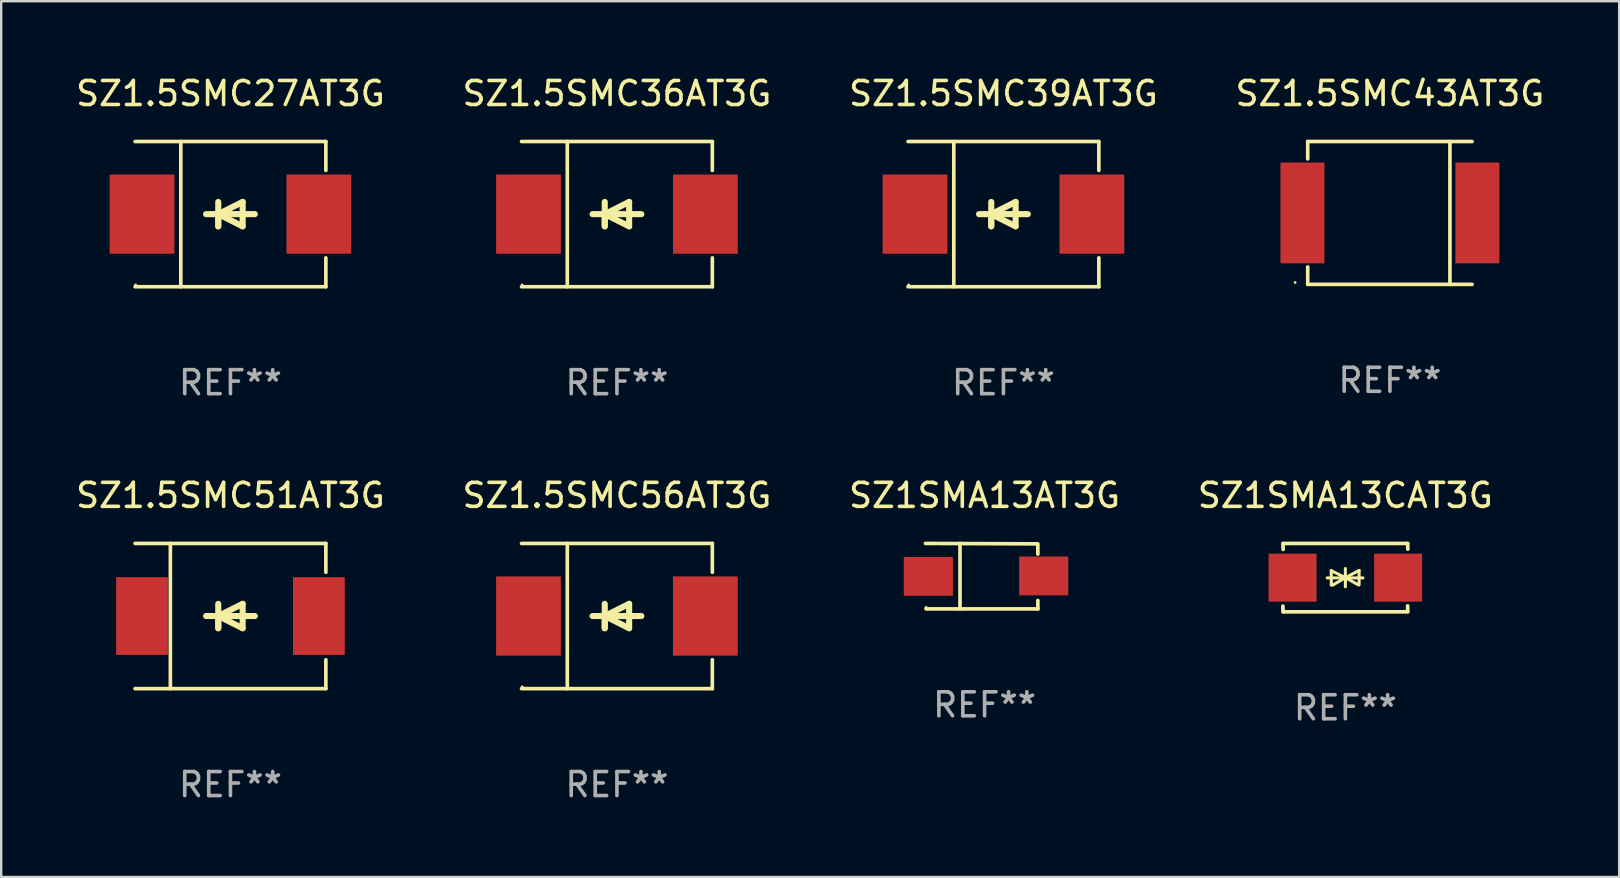
<source format=kicad_pcb>
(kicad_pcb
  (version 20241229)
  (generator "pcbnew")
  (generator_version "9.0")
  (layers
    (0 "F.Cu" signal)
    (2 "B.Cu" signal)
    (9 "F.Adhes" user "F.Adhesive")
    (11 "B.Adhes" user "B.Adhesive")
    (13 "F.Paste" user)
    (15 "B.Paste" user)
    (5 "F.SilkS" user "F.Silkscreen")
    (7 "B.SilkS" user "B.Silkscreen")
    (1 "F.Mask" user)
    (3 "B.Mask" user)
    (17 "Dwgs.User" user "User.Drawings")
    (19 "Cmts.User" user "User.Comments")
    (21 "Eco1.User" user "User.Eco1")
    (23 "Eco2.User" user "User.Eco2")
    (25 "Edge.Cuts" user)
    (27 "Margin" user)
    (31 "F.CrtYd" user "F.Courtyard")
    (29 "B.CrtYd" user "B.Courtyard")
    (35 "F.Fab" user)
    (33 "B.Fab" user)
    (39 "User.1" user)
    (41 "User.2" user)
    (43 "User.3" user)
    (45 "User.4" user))
  (footprint "SZ1.5SMC51AT3G"
    (layer "F.Cu")
    (at 6.554 22.623)
    (property "Reference" "SZ1.5SMC51AT3G" (at 0 -5.026 0) (layer "F.SilkS") (effects (font (size 1 1) (thickness 0.15))))
    (attr through_hole)
    (fp_line (start -3.976 -3.026) (end 3.976 -3.026) (stroke (width 0.152) (type solid)) (layer "F.SilkS"))
    (fp_line (start -3.976 3.026) (end 3.976 3.026) (stroke (width 0.152) (type solid)) (layer "F.SilkS"))
    (fp_line (start -2.504 -3.026) (end -2.504 3.026) (stroke (width 0.152) (type solid)) (layer "F.SilkS"))
    (fp_line (start -0.508 0) (end -0.508 0.508) (stroke (width 0.254) (type solid)) (layer "F.SilkS"))
    (fp_line (start -0.508 0) (end 0.508 0.508) (stroke (width 0.254) (type solid)) (layer "F.SilkS"))
    (fp_line (start -0.508 0.508) (end -0.508 -0.508) (stroke (width 0.254) (type solid)) (layer "F.SilkS"))
    (fp_line (start 0.508 -0.508) (end -0.508 0) (stroke (width 0.254) (type solid)) (layer "F.SilkS"))
    (fp_line (start 0.508 0.508) (end 0.508 -0.508) (stroke (width 0.254) (type solid)) (layer "F.SilkS"))
    (fp_line (start 1.016 0) (end -1.016 0) (stroke (width 0.254) (type solid)) (layer "F.SilkS"))
    (fp_line (start 3.976 -3.026) (end 3.976 -1.823) (stroke (width 0.152) (type solid)) (layer "F.SilkS"))
    (fp_line (start 3.976 3.026) (end 3.976 1.823) (stroke (width 0.152) (type solid)) (layer "F.SilkS"))
    (fp_circle (center 3.95 -2.95) (end 3.98 -2.95) (stroke (width 0.06) (type solid)) (fill no) (layer "F.SilkS"))
    (fp_text user "REF**" (at 0 7.026 0) (layer "F.Fab") (effects (font (size 1 1) (thickness 0.15))))
    (pad "1" smd rect (at 3.686 0 180) (size 2.158 3.24) (layers "F.Cu" "F.Mask" "F.Paste"))
    (pad "2" smd rect (at -3.686 0 180) (size 2.158 3.24) (layers "F.Cu" "F.Mask" "F.Paste")))
  (footprint "SZ1.5SMC27AT3G"
    (layer "F.Cu")
    (at 6.554 5.874)
    (property "Reference" "SZ1.5SMC27AT3G" (at 0 -5.026 0) (layer "F.SilkS") (effects (font (size 1 1) (thickness 0.15))))
    (attr through_hole)
    (fp_line (start -3.976 -3.026) (end 3.976 -3.026) (stroke (width 0.152) (type solid)) (layer "F.SilkS"))
    (fp_line (start -3.976 3.026) (end 3.976 3.026) (stroke (width 0.152) (type solid)) (layer "F.SilkS"))
    (fp_line (start -2.069 -3.026) (end -2.069 3.026) (stroke (width 0.152) (type solid)) (layer "F.SilkS"))
    (fp_line (start -0.508 0) (end -0.508 0.508) (stroke (width 0.254) (type solid)) (layer "F.SilkS"))
    (fp_line (start -0.508 0) (end 0.508 0.508) (stroke (width 0.254) (type solid)) (layer "F.SilkS"))
    (fp_line (start -0.508 0.508) (end -0.508 -0.508) (stroke (width 0.254) (type solid)) (layer "F.SilkS"))
    (fp_line (start 0.508 -0.508) (end -0.508 0) (stroke (width 0.254) (type solid)) (layer "F.SilkS"))
    (fp_line (start 0.508 0.508) (end 0.508 -0.508) (stroke (width 0.254) (type solid)) (layer "F.SilkS"))
    (fp_line (start 1.016 0) (end -1.016 0) (stroke (width 0.254) (type solid)) (layer "F.SilkS"))
    (fp_line (start 3.976 -3.026) (end 3.976 -1.823) (stroke (width 0.152) (type solid)) (layer "F.SilkS"))
    (fp_line (start 3.976 3.026) (end 3.976 1.823) (stroke (width 0.152) (type solid)) (layer "F.SilkS"))
    (fp_circle (center -3.95 2.95) (end -3.92 2.95) (stroke (width 0.06) (type solid)) (fill no) (layer "F.SilkS"))
    (fp_text user "REF**" (at 0 7.026 0) (layer "F.Fab") (effects (font (size 1 1) (thickness 0.15))))
    (pad "1" smd rect (at -3.686 0) (size 2.7 3.3) (layers "F.Cu" "F.Mask" "F.Paste"))
    (pad "2" smd rect (at 3.686 0) (size 2.7 3.3) (layers "F.Cu" "F.Mask" "F.Paste")))
  (footprint "SZ1.5SMC36AT3G"
    (layer "F.Cu")
    (at 22.661 5.874)
    (property "Reference" "SZ1.5SMC36AT3G" (at 0 -5.026 0) (layer "F.SilkS") (effects (font (size 1 1) (thickness 0.15))))
    (attr through_hole)
    (fp_line (start -3.976 -3.026) (end 3.976 -3.026) (stroke (width 0.152) (type solid)) (layer "F.SilkS"))
    (fp_line (start -3.976 3.026) (end 3.976 3.026) (stroke (width 0.152) (type solid)) (layer "F.SilkS"))
    (fp_line (start -2.069 -3.026) (end -2.069 3.026) (stroke (width 0.152) (type solid)) (layer "F.SilkS"))
    (fp_line (start -0.508 0) (end -0.508 0.508) (stroke (width 0.254) (type solid)) (layer "F.SilkS"))
    (fp_line (start -0.508 0) (end 0.508 0.508) (stroke (width 0.254) (type solid)) (layer "F.SilkS"))
    (fp_line (start -0.508 0.508) (end -0.508 -0.508) (stroke (width 0.254) (type solid)) (layer "F.SilkS"))
    (fp_line (start 0.508 -0.508) (end -0.508 0) (stroke (width 0.254) (type solid)) (layer "F.SilkS"))
    (fp_line (start 0.508 0.508) (end 0.508 -0.508) (stroke (width 0.254) (type solid)) (layer "F.SilkS"))
    (fp_line (start 1.016 0) (end -1.016 0) (stroke (width 0.254) (type solid)) (layer "F.SilkS"))
    (fp_line (start 3.976 -3.026) (end 3.976 -1.823) (stroke (width 0.152) (type solid)) (layer "F.SilkS"))
    (fp_line (start 3.976 3.026) (end 3.976 1.823) (stroke (width 0.152) (type solid)) (layer "F.SilkS"))
    (fp_circle (center -3.95 2.95) (end -3.92 2.95) (stroke (width 0.06) (type solid)) (fill no) (layer "F.SilkS"))
    (fp_text user "REF**" (at 0 7.026 0) (layer "F.Fab") (effects (font (size 1 1) (thickness 0.15))))
    (pad "1" smd rect (at -3.686 0) (size 2.7 3.3) (layers "F.Cu" "F.Mask" "F.Paste"))
    (pad "2" smd rect (at 3.686 0) (size 2.7 3.3) (layers "F.Cu" "F.Mask" "F.Paste")))
  (footprint "SZ1SMA13CAT3G"
    (layer "F.Cu")
    (at 53.018 21.023)
    (property "Reference" "SZ1SMA13CAT3G" (at 0 -3.426 0) (layer "F.SilkS") (effects (font (size 1 1) (thickness 0.15))))
    (attr through_hole)
    (fp_line (start -2.596 -1.426) (end 2.596 -1.426) (stroke (width 0.152) (type solid)) (layer "F.SilkS"))
    (fp_line (start -2.596 1.426) (end -2.603 1.187) (stroke (width 0.152) (type solid)) (layer "F.SilkS"))
    (fp_line (start -2.596 1.426) (end 2.596 1.426) (stroke (width 0.152) (type solid)) (layer "F.SilkS"))
    (fp_line (start -2.593 -1.176) (end -2.6 -1.415) (stroke (width 0.152) (type solid)) (layer "F.SilkS"))
    (fp_line (start -0.758 0.011) (end 0.732 0.011) (stroke (width 0.127) (type solid)) (layer "F.SilkS"))
    (fp_line (start -0.588 -0.289) (end -0.588 0.311) (stroke (width 0.127) (type solid)) (layer "F.SilkS"))
    (fp_line (start -0.588 -0.289) (end 0 0) (stroke (width 0.127) (type solid)) (layer "F.SilkS"))
    (fp_line (start -0.528 0.311) (end 0 0) (stroke (width 0.127) (type solid)) (layer "F.SilkS"))
    (fp_line (start 0 0) (end 0 -0.381) (stroke (width 0.127) (type solid)) (layer "F.SilkS"))
    (fp_line (start 0 0) (end 0 0.381) (stroke (width 0.127) (type solid)) (layer "F.SilkS"))
    (fp_line (start 0.542 0.301) (end 0 0) (stroke (width 0.127) (type solid)) (layer "F.SilkS"))
    (fp_line (start 0.572 -0.299) (end 0 0) (stroke (width 0.127) (type solid)) (layer "F.SilkS"))
    (fp_line (start 0.572 -0.299) (end 0.572 0.301) (stroke (width 0.127) (type solid)) (layer "F.SilkS"))
    (fp_line (start 2.593 1.176) (end 2.6 1.415) (stroke (width 0.152) (type solid)) (layer "F.SilkS"))
    (fp_line (start 2.596 -1.426) (end 2.603 -1.187) (stroke (width 0.152) (type solid)) (layer "F.SilkS"))
    (fp_circle (center -2.605 1.3) (end -2.575 1.3) (stroke (width 0.06) (type solid)) (fill no) (layer "F.SilkS"))
    (fp_text user "REF**" (at 0 5.426 0) (layer "F.Fab") (effects (font (size 1 1) (thickness 0.15))))
    (pad "1" smd rect (at -2.2 0 180) (size 2 2) (layers "F.Cu" "F.Mask" "F.Paste"))
    (pad "2" smd rect (at 2.2 0 180) (size 2 2) (layers "F.Cu" "F.Mask" "F.Paste")))
  (footprint "SZ1SMA13AT3G"
    (layer "F.Cu")
    (at 37.982 20.961)
    (property "Reference" "SZ1SMA13AT3G" (at 0 -3.364 0) (layer "F.SilkS") (effects (font (size 1 1) (thickness 0.15))))
    (attr through_hole)
    (fp_line (start -2.465 -1.364) (end 2.22 -1.346) (stroke (width 0.152) (type solid)) (layer "F.SilkS"))
    (fp_line (start -2.442 1.364) (end 2.226 1.364) (stroke (width 0.152) (type solid)) (layer "F.SilkS"))
    (fp_line (start -1.024 -1.364) (end -1.024 1.364) (stroke (width 0.152) (type solid)) (layer "F.SilkS"))
    (fp_line (start 2.22 -1.27) (end 2.22 -0.919) (stroke (width 0.152) (type solid)) (layer "F.SilkS"))
    (fp_line (start 2.22 1.364) (end 2.22 1.013) (stroke (width 0.152) (type solid)) (layer "F.SilkS"))
    (fp_circle (center -2.439 1.3) (end -2.409 1.3) (stroke (width 0.06) (type solid)) (fill no) (layer "F.SilkS"))
    (fp_text user "REF**" (at 0 5.364 0) (layer "F.Fab") (effects (font (size 1 1) (thickness 0.15))))
    (pad "1" smd rect (at -2.343 0.009) (size 2.046 1.62) (layers "F.Cu" "F.Mask" "F.Paste"))
    (pad "2" smd rect (at 2.465 -0.009 180) (size 2.046 1.62) (layers "F.Cu" "F.Mask" "F.Paste")))
  (footprint "SZ1.5SMC39AT3G"
    (layer "F.Cu")
    (at 38.768 5.874)
    (property "Reference" "SZ1.5SMC39AT3G" (at 0 -5.026 0) (layer "F.SilkS") (effects (font (size 1 1) (thickness 0.15))))
    (attr through_hole)
    (fp_line (start -3.976 -3.026) (end 3.976 -3.026) (stroke (width 0.152) (type solid)) (layer "F.SilkS"))
    (fp_line (start -3.976 3.026) (end 3.976 3.026) (stroke (width 0.152) (type solid)) (layer "F.SilkS"))
    (fp_line (start -2.069 -3.026) (end -2.069 3.026) (stroke (width 0.152) (type solid)) (layer "F.SilkS"))
    (fp_line (start -0.508 0) (end -0.508 0.508) (stroke (width 0.254) (type solid)) (layer "F.SilkS"))
    (fp_line (start -0.508 0) (end 0.508 0.508) (stroke (width 0.254) (type solid)) (layer "F.SilkS"))
    (fp_line (start -0.508 0.508) (end -0.508 -0.508) (stroke (width 0.254) (type solid)) (layer "F.SilkS"))
    (fp_line (start 0.508 -0.508) (end -0.508 0) (stroke (width 0.254) (type solid)) (layer "F.SilkS"))
    (fp_line (start 0.508 0.508) (end 0.508 -0.508) (stroke (width 0.254) (type solid)) (layer "F.SilkS"))
    (fp_line (start 1.016 0) (end -1.016 0) (stroke (width 0.254) (type solid)) (layer "F.SilkS"))
    (fp_line (start 3.976 -3.026) (end 3.976 -1.823) (stroke (width 0.152) (type solid)) (layer "F.SilkS"))
    (fp_line (start 3.976 3.026) (end 3.976 1.823) (stroke (width 0.152) (type solid)) (layer "F.SilkS"))
    (fp_circle (center -3.95 2.95) (end -3.92 2.95) (stroke (width 0.06) (type solid)) (fill no) (layer "F.SilkS"))
    (fp_text user "REF**" (at 0 7.026 0) (layer "F.Fab") (effects (font (size 1 1) (thickness 0.15))))
    (pad "1" smd rect (at -3.686 0) (size 2.7 3.3) (layers "F.Cu" "F.Mask" "F.Paste"))
    (pad "2" smd rect (at 3.686 0) (size 2.7 3.3) (layers "F.Cu" "F.Mask" "F.Paste")))
  (footprint "SZ1.5SMC56AT3G"
    (layer "F.Cu")
    (at 22.661 22.623)
    (property "Reference" "SZ1.5SMC56AT3G" (at 0 -5.026 0) (layer "F.SilkS") (effects (font (size 1 1) (thickness 0.15))))
    (attr through_hole)
    (fp_line (start -3.976 -3.026) (end 3.976 -3.026) (stroke (width 0.152) (type solid)) (layer "F.SilkS"))
    (fp_line (start -3.976 3.026) (end 3.976 3.026) (stroke (width 0.152) (type solid)) (layer "F.SilkS"))
    (fp_line (start -2.069 -3.026) (end -2.069 3.026) (stroke (width 0.152) (type solid)) (layer "F.SilkS"))
    (fp_line (start -0.508 0) (end -0.508 0.508) (stroke (width 0.254) (type solid)) (layer "F.SilkS"))
    (fp_line (start -0.508 0) (end 0.508 0.508) (stroke (width 0.254) (type solid)) (layer "F.SilkS"))
    (fp_line (start -0.508 0.508) (end -0.508 -0.508) (stroke (width 0.254) (type solid)) (layer "F.SilkS"))
    (fp_line (start 0.508 -0.508) (end -0.508 0) (stroke (width 0.254) (type solid)) (layer "F.SilkS"))
    (fp_line (start 0.508 0.508) (end 0.508 -0.508) (stroke (width 0.254) (type solid)) (layer "F.SilkS"))
    (fp_line (start 1.016 0) (end -1.016 0) (stroke (width 0.254) (type solid)) (layer "F.SilkS"))
    (fp_line (start 3.976 -3.026) (end 3.976 -1.823) (stroke (width 0.152) (type solid)) (layer "F.SilkS"))
    (fp_line (start 3.976 3.026) (end 3.976 1.823) (stroke (width 0.152) (type solid)) (layer "F.SilkS"))
    (fp_circle (center -3.95 2.95) (end -3.92 2.95) (stroke (width 0.06) (type solid)) (fill no) (layer "F.SilkS"))
    (fp_text user "REF**" (at 0 7.026 0) (layer "F.Fab") (effects (font (size 1 1) (thickness 0.15))))
    (pad "1" smd rect (at -3.686 0) (size 2.7 3.3) (layers "F.Cu" "F.Mask" "F.Paste"))
    (pad "2" smd rect (at 3.686 0) (size 2.7 3.3) (layers "F.Cu" "F.Mask" "F.Paste")))
  (footprint "SZ1.5SMC43AT3G"
    (layer "F.Cu")
    (at 54.875 5.824)
    (property "Reference" "SZ1.5SMC43AT3G" (at 0 -4.976 0) (layer "F.SilkS") (effects (font (size 1 1) (thickness 0.15))))
    (attr through_hole)
    (fp_line (start -3.426 -2.976) (end 3.426 -2.976) (stroke (width 0.152) (type solid)) (layer "F.SilkS"))
    (fp_line (start -3.426 -2.252) (end -3.426 -2.976) (stroke (width 0.152) (type solid)) (layer "F.SilkS"))
    (fp_line (start -3.426 2.252) (end -3.426 2.976) (stroke (width 0.152) (type solid)) (layer "F.SilkS"))
    (fp_line (start -3.426 2.976) (end 3.426 2.976) (stroke (width 0.152) (type solid)) (layer "F.SilkS"))
    (fp_line (start 2.501 -2.976) (end 2.501 2.976) (stroke (width 0.152) (type solid)) (layer "F.SilkS"))
    (fp_circle (center -3.95 2.9) (end -3.92 2.9) (stroke (width 0.06) (type solid)) (fill no) (layer "F.SilkS"))
    (fp_text user "REF**" (at 0 6.976 0) (layer "F.Fab") (effects (font (size 1 1) (thickness 0.15))))
    (pad "1" smd rect (at -3.646 0) (size 1.832 4.2) (layers "F.Cu" "F.Mask" "F.Paste"))
    (pad "2" smd rect (at 3.646 0) (size 1.832 4.2) (layers "F.Cu" "F.Mask" "F.Paste")))
  (gr_rect
    (start -3 -3)
    (end 64.429 33.498)
    (stroke (width 0.1) (type default))
    (fill no)
    (layer "Edge.Cuts")))
</source>
